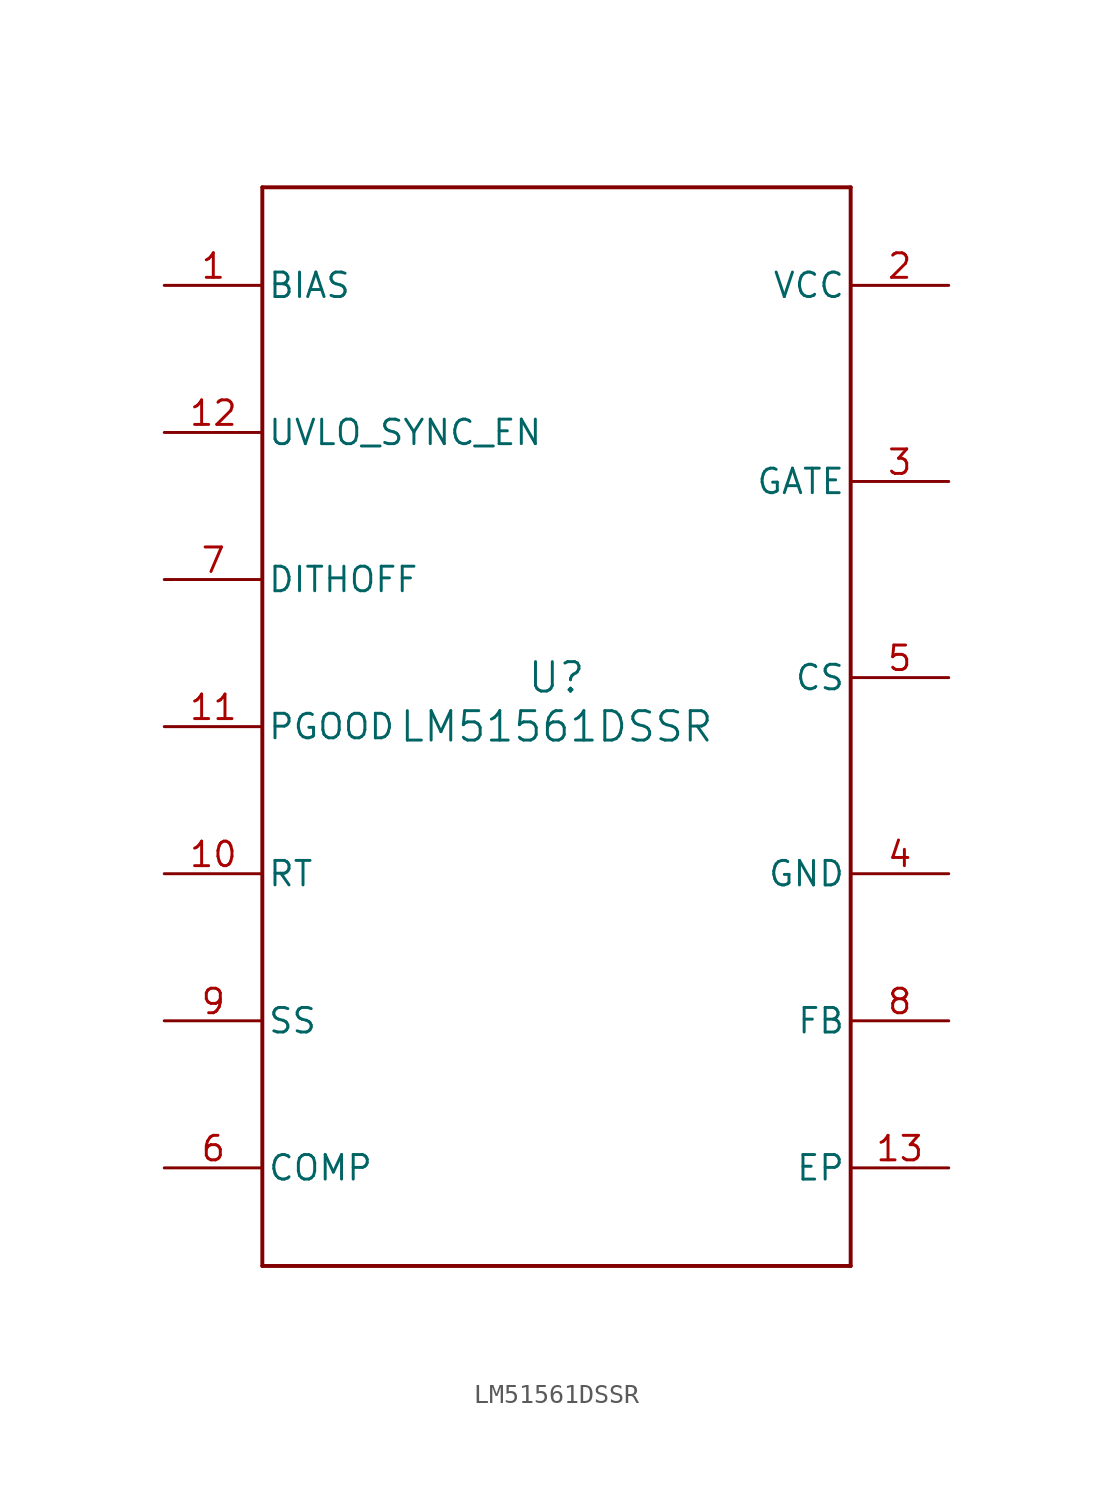
<source format=kicad_sym>
(kicad_symbol_lib
  (version 20211014)
  (generator kicad_symbol_editor)
  (symbol "LM51561DSSR"
    (pin_names
      (offset 0.254))
    (property "Reference" "U"
      (at 0 2.54 0)
      (effects (font (size 1.524 1.524))))
    (property "Value" "LM51561DSSR"
      (at 0 0 0)
      (effects (font (size 1.524 1.524))))
    (symbol "LM51561DSSR_0_1"
      (polyline (pts (xy -15.24 -27.94) (xy 15.24 -27.94)) (stroke (width 0.203) (type default) (color 0 0 0 0)) (fill (type none)))
      (polyline (pts (xy 15.24 -27.94) (xy 15.24 27.94)) (stroke (width 0.203) (type default) (color 0 0 0 0)) (fill (type none)))
      (polyline (pts (xy 15.24 27.94) (xy -15.24 27.94)) (stroke (width 0.203) (type default) (color 0 0 0 0)) (fill (type none)))
      (polyline (pts (xy -15.24 27.94) (xy -15.24 -27.94)) (stroke (width 0.203) (type default) (color 0 0 0 0)) (fill (type none)))
      (pin power_in line (at -20.32 22.86 0) (length 5.08) (name "BIAS" (effects (font (size 1.27 1.27)))) (number "1" (effects (font (size 1.27 1.27)))))
      (pin power_in line (at 20.32 22.86 180) (length 5.08) (name "VCC" (effects (font (size 1.27 1.27)))) (number "2" (effects (font (size 1.27 1.27)))))
      (pin output line (at 20.32 12.7 180) (length 5.08) (name "GATE" (effects (font (size 1.27 1.27)))) (number "3" (effects (font (size 1.27 1.27)))))
      (pin power_in line (at 20.32 -7.62 180) (length 5.08) (name "GND" (effects (font (size 1.27 1.27)))) (number "4" (effects (font (size 1.27 1.27)))))
      (pin input line (at 20.32 2.54 180) (length 5.08) (name "CS" (effects (font (size 1.27 1.27)))) (number "5" (effects (font (size 1.27 1.27)))))
      (pin output line (at -20.32 -22.86 0) (length 5.08) (name "COMP" (effects (font (size 1.27 1.27)))) (number "6" (effects (font (size 1.27 1.27)))))
      (pin input line (at -20.32 7.62 0) (length 5.08) (name "DITHOFF" (effects (font (size 1.27 1.27)))) (number "7" (effects (font (size 1.27 1.27)))))
      (pin input line (at 20.32 -15.24 180) (length 5.08) (name "FB" (effects (font (size 1.27 1.27)))) (number "8" (effects (font (size 1.27 1.27)))))
      (pin input line (at -20.32 -15.24 0) (length 5.08) (name "SS" (effects (font (size 1.27 1.27)))) (number "9" (effects (font (size 1.27 1.27)))))
      (pin input line (at -20.32 -7.62 0) (length 5.08) (name "RT" (effects (font (size 1.27 1.27)))) (number "10" (effects (font (size 1.27 1.27)))))
      (pin open_collector line (at -20.32 0 0) (length 5.08) (name "PGOOD" (effects (font (size 1.27 1.27)))) (number "11" (effects (font (size 1.27 1.27)))))
      (pin input line (at -20.32 15.24 0) (length 5.08) (name "UVLO_SYNC_EN" (effects (font (size 1.27 1.27)))) (number "12" (effects (font (size 1.27 1.27)))))
      (pin power_in line (at 20.32 -22.86 180) (length 5.08) (name "EP" (effects (font (size 1.27 1.27)))) (number "13" (effects (font (size 1.27 1.27))))))))
</source>
